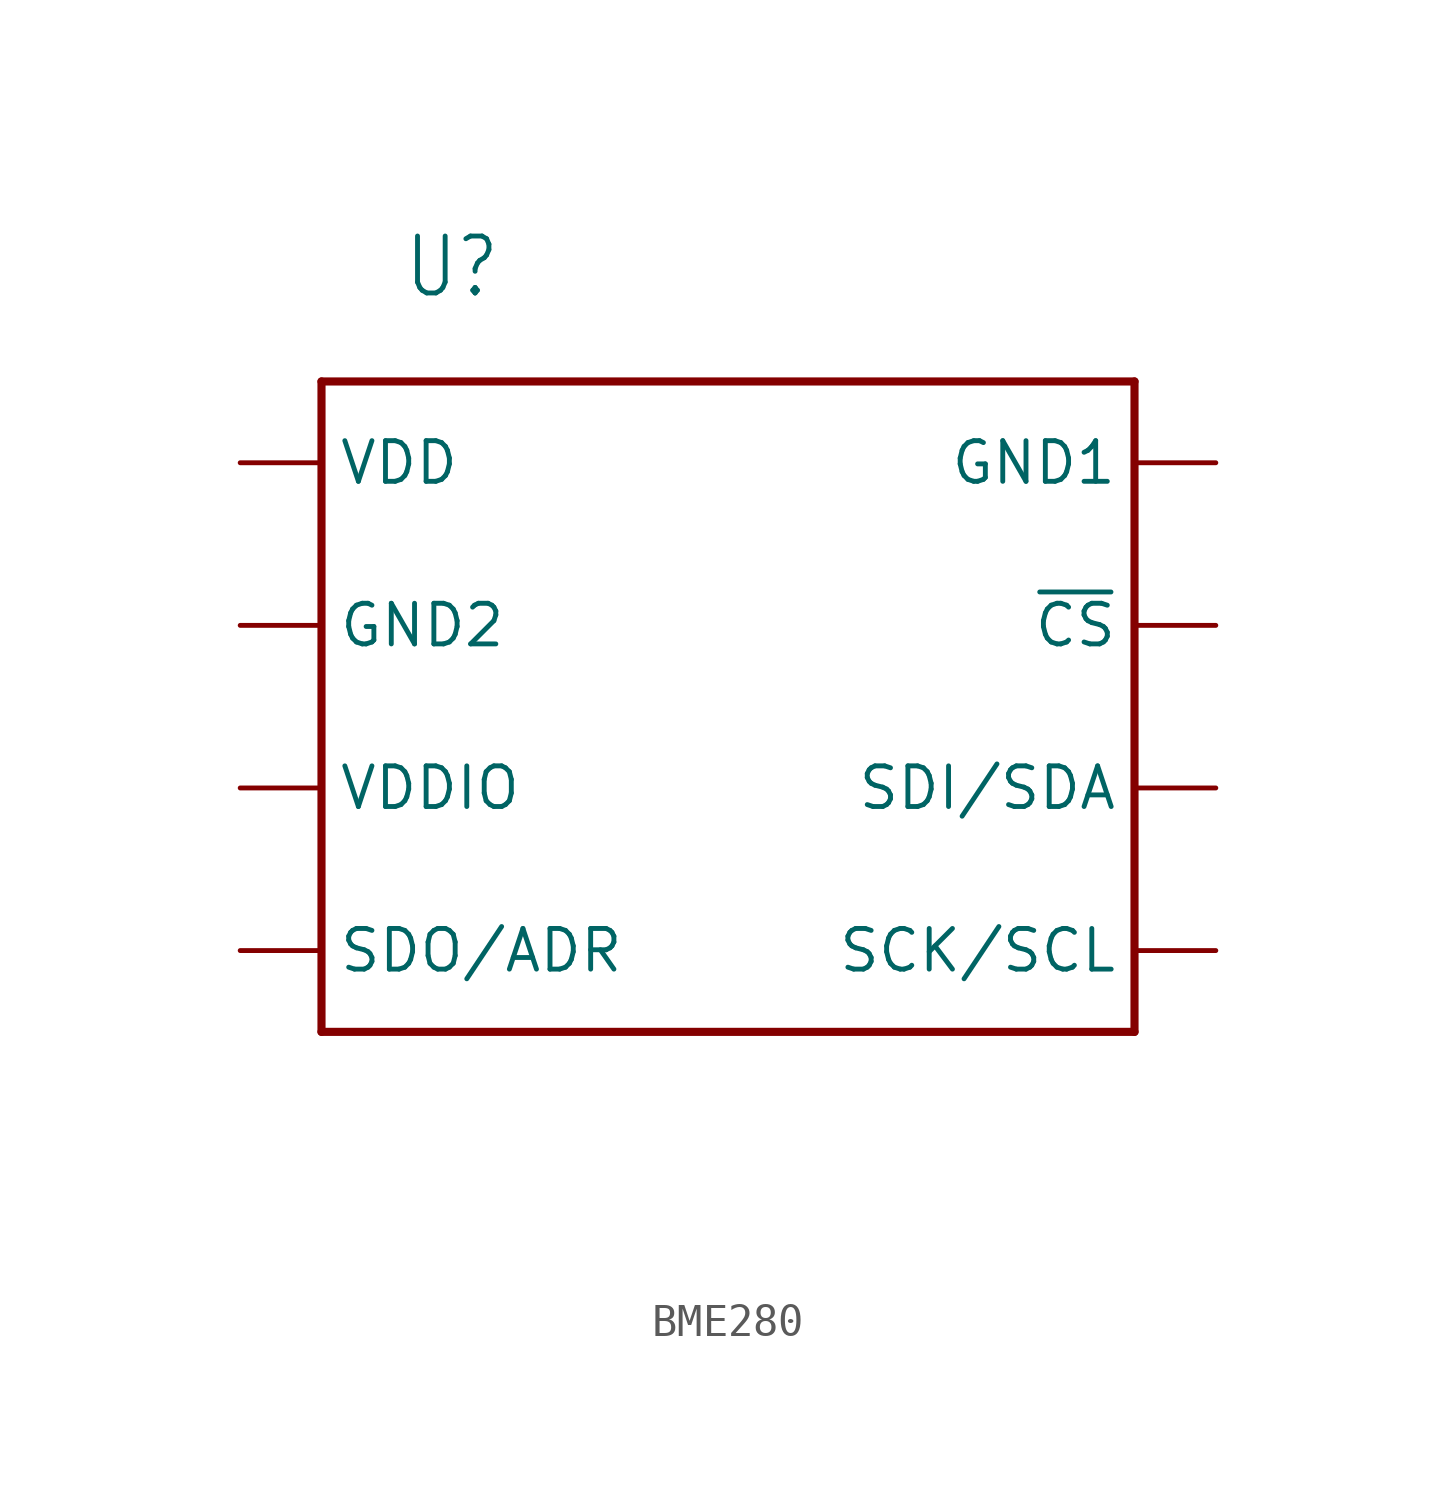
<source format=kicad_sym>
(kicad_symbol_lib
  (version 20231120)
  (generator "kicad_symbol_editor")
  (generator_version "8.0")
  (symbol "BME280"
    (property "Reference" "U"
      (at -10.16 12.7 0)
      (effects (font (size 1.778 1.511)) (justify left bottom)))
    (property "Value" ""
      (at -10.16 -15.24 0)
      (effects (font (size 1.778 1.511)) (justify left bottom)))
    (property "ki_locked" ""
      (at 0 0 0)
      (effects (font (size 1.27 1.27))))
    (symbol "BME280_1_0"
      (polyline (pts (xy -12.7 -10.16) (xy -12.7 10.16)) (stroke (width 0.254) (type solid)) (fill (type none)))
      (polyline (pts (xy -12.7 10.16) (xy 12.7 10.16)) (stroke (width 0.254) (type solid)) (fill (type none)))
      (polyline (pts (xy 12.7 -10.16) (xy -12.7 -10.16)) (stroke (width 0.254) (type solid)) (fill (type none)))
      (polyline (pts (xy 12.7 10.16) (xy 12.7 -10.16)) (stroke (width 0.254) (type solid)) (fill (type none)))
      (pin bidirectional line (at 15.24 7.62 180) (length 2.54) (name "GND1" (effects (font (size 1.27 1.27)))) (number "P$1" (effects (font (size 0 0)))))
      (pin bidirectional line (at 15.24 2.54 180) (length 2.54) (name "~{CS}" (effects (font (size 1.27 1.27)))) (number "P$2" (effects (font (size 0 0)))))
      (pin bidirectional line (at 15.24 -2.54 180) (length 2.54) (name "SDI/SDA" (effects (font (size 1.27 1.27)))) (number "P$3" (effects (font (size 0 0)))))
      (pin bidirectional line (at 15.24 -7.62 180) (length 2.54) (name "SCK/SCL" (effects (font (size 1.27 1.27)))) (number "P$4" (effects (font (size 0 0)))))
      (pin bidirectional line (at -15.24 -7.62 0) (length 2.54) (name "SDO/ADR" (effects (font (size 1.27 1.27)))) (number "P$5" (effects (font (size 0 0)))))
      (pin bidirectional line (at -15.24 -2.54 0) (length 2.54) (name "VDDIO" (effects (font (size 1.27 1.27)))) (number "P$6" (effects (font (size 0 0)))))
      (pin bidirectional line (at -15.24 2.54 0) (length 2.54) (name "GND2" (effects (font (size 1.27 1.27)))) (number "P$7" (effects (font (size 0 0)))))
      (pin bidirectional line (at -15.24 7.62 0) (length 2.54) (name "VDD" (effects (font (size 1.27 1.27)))) (number "P$8" (effects (font (size 0 0))))))))
</source>
